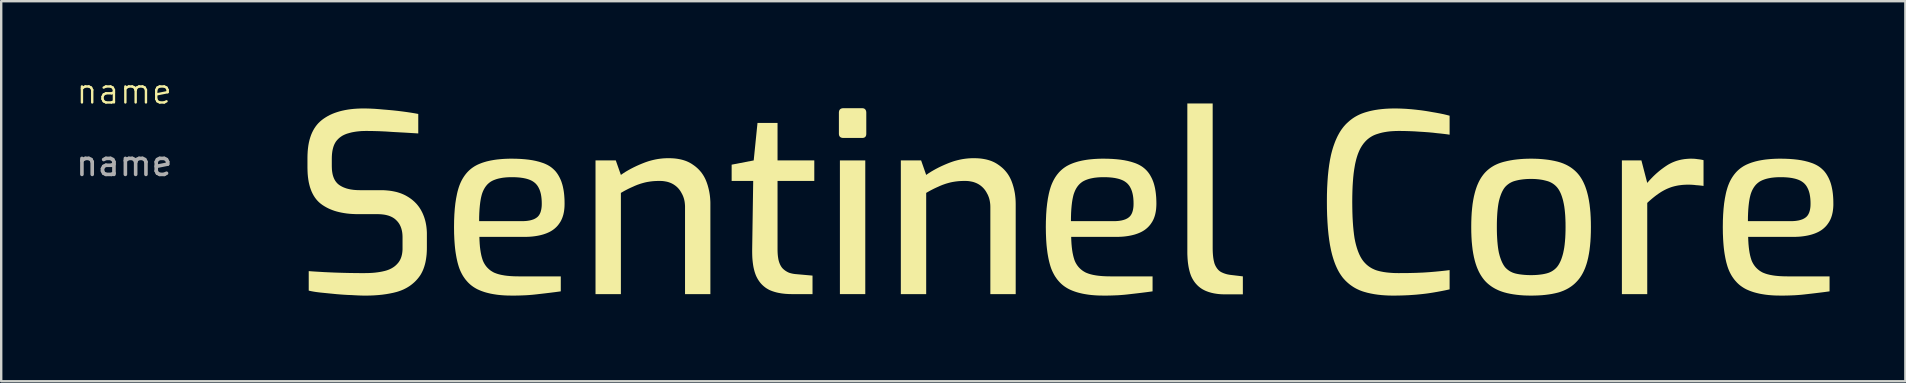
<source format=kicad_pcb>
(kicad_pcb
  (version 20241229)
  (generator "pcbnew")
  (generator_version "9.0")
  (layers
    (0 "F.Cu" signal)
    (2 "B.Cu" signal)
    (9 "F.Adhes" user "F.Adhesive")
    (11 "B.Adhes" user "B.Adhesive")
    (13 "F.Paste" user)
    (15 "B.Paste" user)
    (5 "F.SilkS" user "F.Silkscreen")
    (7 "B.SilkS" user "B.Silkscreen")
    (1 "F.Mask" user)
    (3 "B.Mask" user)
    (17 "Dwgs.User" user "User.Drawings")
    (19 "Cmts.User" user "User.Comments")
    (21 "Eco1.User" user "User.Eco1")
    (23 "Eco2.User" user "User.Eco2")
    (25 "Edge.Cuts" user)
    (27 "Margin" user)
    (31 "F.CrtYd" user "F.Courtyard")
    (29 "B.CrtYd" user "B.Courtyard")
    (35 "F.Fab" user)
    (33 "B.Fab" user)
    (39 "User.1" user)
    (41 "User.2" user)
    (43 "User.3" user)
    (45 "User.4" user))
  (footprint "name"
    (layer "F.Cu")
    (at 2.125 1.26)
    (property "Reference" "name" (at 0 -0.5 0) (unlocked yes) (layer "F.SilkS") (effects (font (size 1 1) (thickness 0.1))))
    (fp_poly (pts (xy 4.161 8.572) (xy 0 8.572) (xy 0 0.056) (xy 4.161 0.056)) (stroke (width -0.000001) (type solid)) (fill yes) (layer "F.Mask"))
    (fp_poly (pts (xy 30.871 7.942) (xy 29.814 7.942) (xy 29.814 2.373) (xy 30.871 2.373)) (stroke (width -0.000001) (type solid)) (fill yes) (layer "F.SilkS"))
    (fp_poly (pts (xy 65.318 2.301) (xy 65.352 2.302) (xy 65.386 2.303) (xy 65.419 2.305) (xy 65.452 2.308) (xy 65.484 2.312) (xy 65.516 2.316) (xy 65.548 2.321) (xy 65.58 2.324) (xy 65.611 2.328) (xy 65.642 2.332) (xy 65.672 2.337) (xy 65.703 2.342) (xy 65.732 2.348) (xy 65.762 2.355) (xy 65.791 2.363) (xy 65.791 3.435) (xy 65.716 3.425) (xy 65.641 3.417) (xy 65.563 3.409) (xy 65.485 3.404) (xy 65.445 3.399) (xy 65.405 3.394) (xy 65.364 3.391) (xy 65.324 3.388) (xy 65.283 3.386) (xy 65.241 3.384) (xy 65.199 3.383) (xy 65.157 3.383) (xy 65.069 3.384) (xy 64.982 3.388) (xy 64.898 3.394) (xy 64.817 3.404) (xy 64.737 3.415) (xy 64.66 3.43) (xy 64.585 3.447) (xy 64.513 3.466) (xy 64.477 3.477) (xy 64.442 3.488) (xy 64.372 3.514) (xy 64.302 3.542) (xy 64.233 3.573) (xy 64.165 3.607) (xy 64.097 3.644) (xy 64.03 3.683) (xy 63.964 3.726) (xy 63.9 3.769) (xy 63.836 3.815) (xy 63.772 3.863) (xy 63.708 3.914) (xy 63.643 3.967) (xy 63.577 4.023) (xy 63.512 4.081) (xy 63.446 4.143) (xy 63.446 7.942) (xy 62.39 7.942) (xy 62.39 2.373) (xy 63.203 2.373) (xy 63.446 3.31) (xy 63.491 3.257) (xy 63.537 3.205) (xy 63.584 3.155) (xy 63.631 3.105) (xy 63.679 3.056) (xy 63.727 3.009) (xy 63.777 2.962) (xy 63.826 2.917) (xy 63.877 2.873) (xy 63.928 2.829) (xy 63.98 2.787) (xy 64.032 2.746) (xy 64.086 2.706) (xy 64.139 2.667) (xy 64.194 2.629) (xy 64.249 2.592) (xy 64.305 2.556) (xy 64.362 2.523) (xy 64.421 2.493) (xy 64.48 2.464) (xy 64.541 2.438) (xy 64.602 2.414) (xy 64.665 2.392) (xy 64.73 2.373) (xy 64.795 2.356) (xy 64.861 2.341) (xy 64.929 2.329) (xy 64.998 2.318) (xy 65.067 2.311) (xy 65.139 2.305) (xy 65.211 2.301) (xy 65.284 2.3)) (stroke (width -0.000001) (type solid)) (fill yes) (layer "F.SilkS"))
    (fp_poly (pts (xy 45.343 6.016) (xy 45.344 6.122) (xy 45.348 6.222) (xy 45.355 6.316) (xy 45.364 6.404) (xy 45.376 6.485) (xy 45.391 6.561) (xy 45.408 6.63) (xy 45.417 6.662) (xy 45.428 6.693) (xy 45.44 6.721) (xy 45.452 6.748) (xy 45.465 6.774) (xy 45.479 6.799) (xy 45.493 6.823) (xy 45.508 6.845) (xy 45.523 6.867) (xy 45.538 6.888) (xy 45.555 6.907) (xy 45.571 6.926) (xy 45.588 6.944) (xy 45.606 6.96) (xy 45.624 6.975) (xy 45.642 6.99) (xy 45.661 7.003) (xy 45.681 7.015) (xy 45.702 7.027) (xy 45.724 7.038) (xy 45.746 7.048) (xy 45.769 7.058) (xy 45.792 7.068) (xy 45.815 7.077) (xy 45.839 7.085) (xy 45.863 7.093) (xy 45.888 7.101) (xy 45.913 7.108) (xy 45.938 7.115) (xy 45.964 7.121) (xy 45.99 7.126) (xy 46.017 7.131) (xy 46.044 7.136) (xy 46.072 7.14) (xy 46.6 7.203) (xy 46.6 7.952) (xy 45.86 7.952) (xy 45.796 7.951) (xy 45.734 7.949) (xy 45.672 7.946) (xy 45.612 7.941) (xy 45.553 7.935) (xy 45.495 7.927) (xy 45.438 7.918) (xy 45.383 7.908) (xy 45.328 7.896) (xy 45.275 7.883) (xy 45.224 7.868) (xy 45.173 7.853) (xy 45.124 7.835) (xy 45.076 7.817) (xy 45.029 7.797) (xy 44.984 7.775) (xy 44.941 7.752) (xy 44.899 7.728) (xy 44.859 7.701) (xy 44.82 7.674) (xy 44.783 7.644) (xy 44.746 7.613) (xy 44.711 7.58) (xy 44.678 7.546) (xy 44.645 7.51) (xy 44.614 7.473) (xy 44.584 7.433) (xy 44.556 7.393) (xy 44.529 7.35) (xy 44.503 7.306) (xy 44.479 7.26) (xy 44.456 7.213) (xy 44.435 7.163) (xy 44.416 7.11) (xy 44.398 7.055) (xy 44.382 6.998) (xy 44.367 6.939) (xy 44.353 6.878) (xy 44.34 6.815) (xy 44.329 6.75) (xy 44.319 6.682) (xy 44.31 6.613) (xy 44.303 6.541) (xy 44.297 6.468) (xy 44.293 6.392) (xy 44.289 6.314) (xy 44.287 6.234) (xy 44.287 6.151) (xy 44.287 0) (xy 45.343 0)) (stroke (width -0.000001) (type solid)) (fill yes) (layer "F.SilkS"))
    (fp_poly (pts (xy 27.216 2.373) (xy 28.747 2.373) (xy 28.747 3.227) (xy 27.216 3.227) (xy 27.216 6.079) (xy 27.217 6.157) (xy 27.22 6.232) (xy 27.225 6.303) (xy 27.232 6.37) (xy 27.241 6.433) (xy 27.251 6.492) (xy 27.264 6.548) (xy 27.279 6.599) (xy 27.287 6.623) (xy 27.296 6.647) (xy 27.305 6.67) (xy 27.314 6.692) (xy 27.324 6.713) (xy 27.334 6.734) (xy 27.345 6.754) (xy 27.356 6.773) (xy 27.367 6.792) (xy 27.379 6.81) (xy 27.391 6.827) (xy 27.404 6.843) (xy 27.417 6.859) (xy 27.43 6.873) (xy 27.444 6.887) (xy 27.459 6.901) (xy 27.473 6.914) (xy 27.488 6.926) (xy 27.503 6.938) (xy 27.518 6.95) (xy 27.533 6.961) (xy 27.549 6.972) (xy 27.564 6.982) (xy 27.58 6.992) (xy 27.596 7.001) (xy 27.612 7.011) (xy 27.628 7.019) (xy 27.645 7.028) (xy 27.661 7.036) (xy 27.678 7.043) (xy 27.695 7.05) (xy 27.712 7.057) (xy 27.746 7.067) (xy 27.78 7.076) (xy 27.814 7.084) (xy 27.847 7.091) (xy 27.88 7.097) (xy 27.912 7.102) (xy 27.944 7.106) (xy 27.976 7.109) (xy 28.673 7.171) (xy 28.673 7.942) (xy 27.818 7.942) (xy 27.747 7.941) (xy 27.678 7.939) (xy 27.611 7.935) (xy 27.545 7.931) (xy 27.48 7.924) (xy 27.417 7.917) (xy 27.355 7.908) (xy 27.295 7.897) (xy 27.236 7.886) (xy 27.179 7.873) (xy 27.123 7.858) (xy 27.069 7.842) (xy 27.016 7.825) (xy 26.965 7.806) (xy 26.915 7.786) (xy 26.867 7.765) (xy 26.822 7.74) (xy 26.778 7.714) (xy 26.735 7.687) (xy 26.694 7.657) (xy 26.655 7.626) (xy 26.617 7.593) (xy 26.58 7.559) (xy 26.545 7.523) (xy 26.511 7.485) (xy 26.479 7.445) (xy 26.449 7.404) (xy 26.42 7.361) (xy 26.392 7.316) (xy 26.366 7.27) (xy 26.341 7.221) (xy 26.318 7.171) (xy 26.298 7.12) (xy 26.279 7.066) (xy 26.261 7.01) (xy 26.245 6.952) (xy 26.23 6.891) (xy 26.216 6.829) (xy 26.204 6.764) (xy 26.194 6.698) (xy 26.185 6.629) (xy 26.177 6.558) (xy 26.17 6.485) (xy 26.165 6.41) (xy 26.162 6.333) (xy 26.16 6.254) (xy 26.159 6.172) (xy 26.159 6.089) (xy 26.202 3.227) (xy 25.304 3.227) (xy 25.304 2.55) (xy 26.223 2.373) (xy 26.381 0.812) (xy 27.216 0.812)) (stroke (width -0.000001) (type solid)) (fill yes) (layer "F.SilkS"))
    (fp_poly (pts (xy 30.754 0.198) (xy 30.765 0.199) (xy 30.774 0.2) (xy 30.784 0.201) (xy 30.793 0.203) (xy 30.801 0.205) (xy 30.81 0.208) (xy 30.818 0.211) (xy 30.826 0.214) (xy 30.833 0.218) (xy 30.84 0.222) (xy 30.847 0.227) (xy 30.853 0.232) (xy 30.86 0.238) (xy 30.865 0.244) (xy 30.871 0.25) (xy 30.876 0.256) (xy 30.881 0.263) (xy 30.885 0.27) (xy 30.889 0.278) (xy 30.893 0.285) (xy 30.896 0.293) (xy 30.9 0.301) (xy 30.902 0.31) (xy 30.905 0.318) (xy 30.907 0.327) (xy 30.909 0.336) (xy 30.91 0.345) (xy 30.911 0.355) (xy 30.912 0.365) (xy 30.913 0.375) (xy 30.913 0.385) (xy 30.913 1.259) (xy 30.912 1.281) (xy 30.911 1.291) (xy 30.91 1.301) (xy 30.909 1.31) (xy 30.907 1.32) (xy 30.905 1.328) (xy 30.902 1.337) (xy 30.9 1.345) (xy 30.896 1.353) (xy 30.893 1.36) (xy 30.889 1.367) (xy 30.885 1.374) (xy 30.881 1.38) (xy 30.876 1.386) (xy 30.871 1.392) (xy 30.865 1.397) (xy 30.86 1.403) (xy 30.853 1.407) (xy 30.847 1.411) (xy 30.84 1.415) (xy 30.833 1.419) (xy 30.826 1.422) (xy 30.818 1.425) (xy 30.81 1.428) (xy 30.801 1.43) (xy 30.793 1.432) (xy 30.784 1.434) (xy 30.774 1.435) (xy 30.765 1.436) (xy 30.754 1.436) (xy 30.744 1.436) (xy 29.962 1.436) (xy 29.939 1.436) (xy 29.918 1.434) (xy 29.908 1.432) (xy 29.898 1.43) (xy 29.888 1.428) (xy 29.879 1.425) (xy 29.87 1.422) (xy 29.862 1.419) (xy 29.854 1.415) (xy 29.847 1.411) (xy 29.839 1.407) (xy 29.832 1.403) (xy 29.826 1.397) (xy 29.82 1.392) (xy 29.814 1.386) (xy 29.809 1.38) (xy 29.804 1.374) (xy 29.799 1.367) (xy 29.795 1.36) (xy 29.791 1.353) (xy 29.787 1.345) (xy 29.784 1.337) (xy 29.781 1.328) (xy 29.779 1.32) (xy 29.777 1.31) (xy 29.775 1.301) (xy 29.774 1.291) (xy 29.773 1.281) (xy 29.772 1.27) (xy 29.772 1.259) (xy 29.772 0.385) (xy 29.772 0.374) (xy 29.773 0.362) (xy 29.774 0.352) (xy 29.775 0.341) (xy 29.777 0.331) (xy 29.779 0.321) (xy 29.781 0.312) (xy 29.784 0.303) (xy 29.787 0.295) (xy 29.791 0.286) (xy 29.795 0.278) (xy 29.799 0.271) (xy 29.804 0.264) (xy 29.809 0.257) (xy 29.814 0.251) (xy 29.82 0.245) (xy 29.826 0.239) (xy 29.832 0.234) (xy 29.839 0.229) (xy 29.847 0.224) (xy 29.854 0.22) (xy 29.862 0.216) (xy 29.87 0.213) (xy 29.879 0.209) (xy 29.888 0.207) (xy 29.898 0.204) (xy 29.908 0.202) (xy 29.918 0.201) (xy 29.928 0.199) (xy 29.939 0.198) (xy 29.951 0.198) (xy 29.962 0.198) (xy 30.744 0.198)) (stroke (width -0.000001) (type solid)) (fill yes) (layer "F.SilkS"))
    (fp_poly (pts (xy 22.754 2.281) (xy 22.83 2.284) (xy 22.904 2.289) (xy 22.976 2.296) (xy 23.047 2.306) (xy 23.115 2.318) (xy 23.181 2.331) (xy 23.246 2.347) (xy 23.308 2.365) (xy 23.369 2.385) (xy 23.427 2.407) (xy 23.484 2.432) (xy 23.538 2.458) (xy 23.59 2.487) (xy 23.641 2.517) (xy 23.689 2.55) (xy 23.737 2.583) (xy 23.784 2.618) (xy 23.828 2.654) (xy 23.871 2.691) (xy 23.912 2.73) (xy 23.951 2.77) (xy 23.989 2.812) (xy 24.025 2.855) (xy 24.059 2.899) (xy 24.091 2.944) (xy 24.122 2.992) (xy 24.151 3.04) (xy 24.178 3.09) (xy 24.204 3.141) (xy 24.227 3.193) (xy 24.249 3.247) (xy 24.27 3.302) (xy 24.289 3.358) (xy 24.307 3.414) (xy 24.323 3.471) (xy 24.338 3.528) (xy 24.352 3.586) (xy 24.365 3.644) (xy 24.376 3.703) (xy 24.386 3.762) (xy 24.395 3.822) (xy 24.402 3.883) (xy 24.408 3.944) (xy 24.412 4.006) (xy 24.416 4.068) (xy 24.418 4.131) (xy 24.418 4.195) (xy 24.418 7.942) (xy 23.362 7.942) (xy 23.362 4.32) (xy 23.362 4.278) (xy 23.36 4.238) (xy 23.357 4.198) (xy 23.353 4.159) (xy 23.349 4.121) (xy 23.343 4.083) (xy 23.336 4.046) (xy 23.328 4.01) (xy 23.319 3.974) (xy 23.308 3.94) (xy 23.297 3.906) (xy 23.285 3.873) (xy 23.271 3.84) (xy 23.257 3.808) (xy 23.241 3.777) (xy 23.225 3.747) (xy 23.208 3.716) (xy 23.191 3.686) (xy 23.173 3.657) (xy 23.155 3.629) (xy 23.135 3.602) (xy 23.115 3.576) (xy 23.094 3.55) (xy 23.072 3.526) (xy 23.049 3.502) (xy 23.025 3.48) (xy 23.001 3.458) (xy 22.975 3.437) (xy 22.949 3.417) (xy 22.922 3.398) (xy 22.894 3.379) (xy 22.866 3.362) (xy 22.836 3.346) (xy 22.806 3.33) (xy 22.775 3.316) (xy 22.743 3.303) (xy 22.71 3.291) (xy 22.676 3.279) (xy 22.642 3.269) (xy 22.607 3.26) (xy 22.571 3.253) (xy 22.534 3.246) (xy 22.496 3.24) (xy 22.458 3.235) (xy 22.418 3.231) (xy 22.378 3.229) (xy 22.337 3.227) (xy 22.295 3.227) (xy 22.217 3.228) (xy 22.139 3.231) (xy 22.063 3.235) (xy 21.989 3.242) (xy 21.916 3.251) (xy 21.844 3.262) (xy 21.773 3.274) (xy 21.704 3.289) (xy 21.638 3.306) (xy 21.573 3.324) (xy 21.509 3.343) (xy 21.445 3.365) (xy 21.382 3.387) (xy 21.319 3.412) (xy 21.258 3.438) (xy 21.197 3.466) (xy 21.136 3.493) (xy 21.074 3.521) (xy 21.011 3.551) (xy 20.948 3.583) (xy 20.885 3.616) (xy 20.82 3.651) (xy 20.755 3.688) (xy 20.69 3.726) (xy 20.69 7.942) (xy 19.633 7.942) (xy 19.633 2.373) (xy 20.478 2.373) (xy 20.69 2.977) (xy 20.787 2.91) (xy 20.888 2.845) (xy 20.994 2.783) (xy 21.104 2.722) (xy 21.219 2.663) (xy 21.337 2.606) (xy 21.46 2.551) (xy 21.588 2.498) (xy 21.654 2.472) (xy 21.72 2.447) (xy 21.787 2.424) (xy 21.854 2.402) (xy 21.921 2.383) (xy 21.988 2.365) (xy 22.056 2.349) (xy 22.124 2.334) (xy 22.192 2.321) (xy 22.26 2.31) (xy 22.329 2.301) (xy 22.398 2.293) (xy 22.467 2.287) (xy 22.536 2.283) (xy 22.606 2.28) (xy 22.675 2.279)) (stroke (width -0.000001) (type solid)) (fill yes) (layer "F.SilkS"))
    (fp_poly (pts (xy 35.472 2.281) (xy 35.549 2.284) (xy 35.623 2.289) (xy 35.695 2.296) (xy 35.765 2.306) (xy 35.834 2.318) (xy 35.9 2.331) (xy 35.964 2.347) (xy 36.027 2.365) (xy 36.087 2.385) (xy 36.146 2.407) (xy 36.202 2.432) (xy 36.257 2.458) (xy 36.309 2.487) (xy 36.36 2.517) (xy 36.408 2.55) (xy 36.456 2.583) (xy 36.502 2.618) (xy 36.547 2.654) (xy 36.59 2.691) (xy 36.631 2.73) (xy 36.67 2.77) (xy 36.708 2.812) (xy 36.743 2.855) (xy 36.778 2.899) (xy 36.81 2.944) (xy 36.841 2.992) (xy 36.87 3.04) (xy 36.897 3.09) (xy 36.922 3.141) (xy 36.946 3.193) (xy 36.968 3.247) (xy 36.988 3.302) (xy 37.008 3.358) (xy 37.025 3.414) (xy 37.042 3.471) (xy 37.057 3.528) (xy 37.071 3.586) (xy 37.083 3.644) (xy 37.095 3.703) (xy 37.105 3.762) (xy 37.113 3.822) (xy 37.12 3.883) (xy 37.126 3.944) (xy 37.131 4.006) (xy 37.134 4.068) (xy 37.136 4.131) (xy 37.137 4.195) (xy 37.137 7.942) (xy 36.081 7.942) (xy 36.081 4.32) (xy 36.08 4.278) (xy 36.079 4.238) (xy 36.076 4.198) (xy 36.072 4.159) (xy 36.067 4.121) (xy 36.061 4.083) (xy 36.054 4.046) (xy 36.046 4.01) (xy 36.037 3.974) (xy 36.027 3.94) (xy 36.016 3.906) (xy 36.003 3.873) (xy 35.99 3.84) (xy 35.976 3.808) (xy 35.96 3.777) (xy 35.943 3.747) (xy 35.927 3.716) (xy 35.91 3.686) (xy 35.892 3.657) (xy 35.873 3.629) (xy 35.854 3.602) (xy 35.833 3.576) (xy 35.812 3.55) (xy 35.79 3.526) (xy 35.767 3.502) (xy 35.744 3.48) (xy 35.719 3.458) (xy 35.694 3.437) (xy 35.668 3.417) (xy 35.641 3.398) (xy 35.613 3.379) (xy 35.584 3.362) (xy 35.555 3.346) (xy 35.524 3.33) (xy 35.493 3.316) (xy 35.461 3.303) (xy 35.429 3.291) (xy 35.395 3.279) (xy 35.361 3.269) (xy 35.325 3.26) (xy 35.289 3.253) (xy 35.252 3.246) (xy 35.215 3.24) (xy 35.176 3.235) (xy 35.137 3.231) (xy 35.097 3.229) (xy 35.056 3.227) (xy 35.014 3.227) (xy 34.935 3.228) (xy 34.858 3.231) (xy 34.782 3.235) (xy 34.708 3.242) (xy 34.634 3.251) (xy 34.562 3.262) (xy 34.492 3.274) (xy 34.422 3.289) (xy 34.357 3.306) (xy 34.292 3.324) (xy 34.227 3.343) (xy 34.164 3.365) (xy 34.101 3.387) (xy 34.038 3.412) (xy 33.976 3.438) (xy 33.915 3.466) (xy 33.854 3.493) (xy 33.793 3.521) (xy 33.73 3.551) (xy 33.667 3.583) (xy 33.603 3.616) (xy 33.539 3.651) (xy 33.474 3.688) (xy 33.408 3.726) (xy 33.408 7.942) (xy 32.352 7.942) (xy 32.352 2.373) (xy 33.197 2.373) (xy 33.408 2.977) (xy 33.505 2.91) (xy 33.607 2.845) (xy 33.713 2.783) (xy 33.823 2.722) (xy 33.937 2.663) (xy 34.056 2.606) (xy 34.179 2.551) (xy 34.306 2.498) (xy 34.372 2.472) (xy 34.439 2.447) (xy 34.505 2.424) (xy 34.572 2.402) (xy 34.639 2.383) (xy 34.707 2.365) (xy 34.774 2.349) (xy 34.842 2.334) (xy 34.91 2.321) (xy 34.979 2.31) (xy 35.047 2.301) (xy 35.116 2.293) (xy 35.185 2.287) (xy 35.255 2.283) (xy 35.324 2.28) (xy 35.394 2.279)) (stroke (width -0.000001) (type solid)) (fill yes) (layer "F.SilkS"))
    (fp_poly (pts (xy 53.008 0.209) (xy 53.107 0.211) (xy 53.206 0.214) (xy 53.307 0.219) (xy 53.407 0.224) (xy 53.509 0.232) (xy 53.611 0.24) (xy 53.713 0.25) (xy 53.818 0.261) (xy 53.922 0.273) (xy 54.024 0.285) (xy 54.125 0.299) (xy 54.225 0.314) (xy 54.323 0.33) (xy 54.42 0.347) (xy 54.516 0.364) (xy 54.612 0.38) (xy 54.706 0.397) (xy 54.797 0.414) (xy 54.886 0.432) (xy 54.972 0.45) (xy 55.055 0.47) (xy 55.135 0.49) (xy 55.213 0.51) (xy 55.213 1.301) (xy 55.163 1.293) (xy 55.109 1.285) (xy 54.989 1.27) (xy 54.851 1.254) (xy 54.696 1.239) (xy 54.612 1.229) (xy 54.527 1.219) (xy 54.347 1.202) (xy 54.157 1.188) (xy 53.956 1.176) (xy 53.748 1.162) (xy 53.536 1.153) (xy 53.32 1.147) (xy 53.101 1.145) (xy 52.971 1.147) (xy 52.846 1.153) (xy 52.727 1.162) (xy 52.612 1.176) (xy 52.502 1.194) (xy 52.397 1.215) (xy 52.298 1.241) (xy 52.203 1.27) (xy 52.157 1.285) (xy 52.112 1.302) (xy 52.069 1.32) (xy 52.026 1.34) (xy 51.985 1.362) (xy 51.945 1.385) (xy 51.906 1.41) (xy 51.867 1.436) (xy 51.83 1.465) (xy 51.794 1.494) (xy 51.759 1.526) (xy 51.725 1.559) (xy 51.693 1.593) (xy 51.661 1.63) (xy 51.63 1.667) (xy 51.601 1.707) (xy 51.572 1.747) (xy 51.545 1.789) (xy 51.518 1.834) (xy 51.492 1.88) (xy 51.468 1.929) (xy 51.444 1.979) (xy 51.422 2.032) (xy 51.4 2.087) (xy 51.379 2.144) (xy 51.36 2.203) (xy 51.341 2.264) (xy 51.323 2.328) (xy 51.307 2.393) (xy 51.291 2.461) (xy 51.276 2.53) (xy 51.263 2.602) (xy 51.238 2.751) (xy 51.216 2.91) (xy 51.198 3.08) (xy 51.184 3.26) (xy 51.172 3.452) (xy 51.164 3.654) (xy 51.159 3.867) (xy 51.157 4.091) (xy 51.159 4.317) (xy 51.163 4.533) (xy 51.17 4.738) (xy 51.181 4.934) (xy 51.194 5.118) (xy 51.211 5.293) (xy 51.23 5.457) (xy 51.252 5.61) (xy 51.28 5.752) (xy 51.312 5.885) (xy 51.33 5.949) (xy 51.348 6.011) (xy 51.367 6.07) (xy 51.387 6.128) (xy 51.408 6.184) (xy 51.43 6.237) (xy 51.452 6.289) (xy 51.476 6.338) (xy 51.5 6.386) (xy 51.526 6.431) (xy 51.552 6.474) (xy 51.58 6.516) (xy 51.608 6.554) (xy 51.637 6.591) (xy 51.668 6.626) (xy 51.7 6.66) (xy 51.733 6.693) (xy 51.767 6.724) (xy 51.802 6.753) (xy 51.838 6.781) (xy 51.876 6.808) (xy 51.915 6.833) (xy 51.954 6.857) (xy 51.995 6.879) (xy 52.038 6.899) (xy 52.081 6.919) (xy 52.125 6.937) (xy 52.171 6.953) (xy 52.218 6.967) (xy 52.266 6.98) (xy 52.316 6.992) (xy 52.367 7.003) (xy 52.42 7.013) (xy 52.474 7.023) (xy 52.586 7.039) (xy 52.703 7.051) (xy 52.827 7.06) (xy 52.955 7.066) (xy 53.09 7.067) (xy 53.468 7.065) (xy 53.811 7.057) (xy 54.118 7.044) (xy 54.389 7.026) (xy 54.631 7.005) (xy 54.849 6.984) (xy 55.043 6.963) (xy 55.213 6.942) (xy 55.213 7.744) (xy 55.051 7.78) (xy 54.88 7.814) (xy 54.702 7.847) (xy 54.516 7.879) (xy 54.42 7.894) (xy 54.323 7.909) (xy 54.225 7.922) (xy 54.125 7.934) (xy 54.024 7.945) (xy 53.922 7.955) (xy 53.818 7.965) (xy 53.713 7.973) (xy 53.506 7.987) (xy 53.296 7.996) (xy 53.083 8.002) (xy 52.868 8.004) (xy 52.697 8.002) (xy 52.531 7.994) (xy 52.371 7.982) (xy 52.216 7.965) (xy 52.067 7.943) (xy 51.924 7.916) (xy 51.786 7.885) (xy 51.654 7.848) (xy 51.59 7.828) (xy 51.527 7.805) (xy 51.465 7.781) (xy 51.405 7.754) (xy 51.346 7.726) (xy 51.289 7.696) (xy 51.233 7.664) (xy 51.178 7.629) (xy 51.125 7.593) (xy 51.072 7.555) (xy 51.022 7.515) (xy 50.972 7.473) (xy 50.924 7.429) (xy 50.877 7.384) (xy 50.832 7.336) (xy 50.787 7.286) (xy 50.744 7.233) (xy 50.703 7.176) (xy 50.663 7.117) (xy 50.624 7.056) (xy 50.587 6.991) (xy 50.551 6.924) (xy 50.517 6.854) (xy 50.484 6.781) (xy 50.452 6.706) (xy 50.422 6.627) (xy 50.393 6.546) (xy 50.366 6.462) (xy 50.34 6.376) (xy 50.315 6.286) (xy 50.292 6.194) (xy 50.27 6.099) (xy 50.23 5.897) (xy 50.196 5.68) (xy 50.167 5.45) (xy 50.143 5.204) (xy 50.125 4.945) (xy 50.111 4.671) (xy 50.103 4.383) (xy 50.101 4.08) (xy 50.103 3.795) (xy 50.111 3.523) (xy 50.125 3.263) (xy 50.143 3.016) (xy 50.167 2.782) (xy 50.196 2.56) (xy 50.23 2.351) (xy 50.27 2.155) (xy 50.293 2.061) (xy 50.317 1.97) (xy 50.343 1.881) (xy 50.37 1.795) (xy 50.399 1.712) (xy 50.428 1.632) (xy 50.459 1.553) (xy 50.492 1.478) (xy 50.525 1.405) (xy 50.56 1.335) (xy 50.597 1.267) (xy 50.634 1.202) (xy 50.673 1.14) (xy 50.713 1.08) (xy 50.755 1.023) (xy 50.798 0.968) (xy 50.844 0.916) (xy 50.89 0.865) (xy 50.939 0.817) (xy 50.988 0.771) (xy 51.039 0.727) (xy 51.091 0.685) (xy 51.145 0.644) (xy 51.199 0.606) (xy 51.255 0.57) (xy 51.313 0.536) (xy 51.372 0.504) (xy 51.432 0.474) (xy 51.493 0.446) (xy 51.556 0.42) (xy 51.62 0.397) (xy 51.685 0.375) (xy 51.752 0.355) (xy 51.82 0.336) (xy 51.889 0.318) (xy 51.96 0.302) (xy 52.032 0.287) (xy 52.105 0.273) (xy 52.256 0.25) (xy 52.411 0.232) (xy 52.572 0.219) (xy 52.739 0.211) (xy 52.91 0.208)) (stroke (width -0.000001) (type solid)) (fill yes) (layer "F.SilkS"))
    (fp_poly (pts (xy 10.061 0.209) (xy 10.156 0.211) (xy 10.252 0.214) (xy 10.351 0.219) (xy 10.45 0.224) (xy 10.552 0.232) (xy 10.655 0.24) (xy 10.76 0.25) (xy 10.97 0.267) (xy 11.177 0.286) (xy 11.382 0.308) (xy 11.584 0.333) (xy 11.776 0.359) (xy 11.951 0.385) (xy 12.109 0.411) (xy 12.249 0.437) (xy 12.249 1.249) (xy 11.745 1.218) (xy 11.182 1.187) (xy 10.896 1.168) (xy 10.617 1.155) (xy 10.347 1.148) (xy 10.084 1.145) (xy 9.975 1.147) (xy 9.869 1.151) (xy 9.768 1.16) (xy 9.669 1.171) (xy 9.575 1.186) (xy 9.484 1.203) (xy 9.397 1.225) (xy 9.313 1.249) (xy 9.274 1.261) (xy 9.236 1.275) (xy 9.199 1.29) (xy 9.163 1.306) (xy 9.128 1.323) (xy 9.094 1.341) (xy 9.062 1.361) (xy 9.03 1.382) (xy 9 1.404) (xy 8.97 1.427) (xy 8.942 1.452) (xy 8.915 1.477) (xy 8.889 1.504) (xy 8.863 1.532) (xy 8.839 1.562) (xy 8.816 1.592) (xy 8.796 1.625) (xy 8.777 1.658) (xy 8.759 1.693) (xy 8.742 1.73) (xy 8.727 1.769) (xy 8.713 1.809) (xy 8.701 1.851) (xy 8.69 1.894) (xy 8.68 1.939) (xy 8.671 1.986) (xy 8.664 2.034) (xy 8.658 2.084) (xy 8.653 2.136) (xy 8.65 2.189) (xy 8.648 2.244) (xy 8.647 2.3) (xy 8.647 2.613) (xy 8.649 2.681) (xy 8.652 2.748) (xy 8.658 2.811) (xy 8.667 2.872) (xy 8.677 2.93) (xy 8.69 2.986) (xy 8.706 3.039) (xy 8.724 3.089) (xy 8.744 3.136) (xy 8.767 3.181) (xy 8.792 3.223) (xy 8.82 3.262) (xy 8.85 3.299) (xy 8.882 3.333) (xy 8.917 3.365) (xy 8.954 3.393) (xy 8.993 3.42) (xy 9.034 3.444) (xy 9.077 3.467) (xy 9.122 3.489) (xy 9.169 3.508) (xy 9.218 3.526) (xy 9.268 3.543) (xy 9.321 3.557) (xy 9.375 3.57) (xy 9.431 3.581) (xy 9.49 3.59) (xy 9.55 3.598) (xy 9.612 3.604) (xy 9.676 3.608) (xy 9.742 3.611) (xy 9.809 3.612) (xy 10.665 3.612) (xy 10.747 3.613) (xy 10.827 3.615) (xy 10.906 3.62) (xy 10.982 3.627) (xy 11.057 3.635) (xy 11.13 3.645) (xy 11.201 3.658) (xy 11.27 3.672) (xy 11.337 3.687) (xy 11.402 3.705) (xy 11.465 3.725) (xy 11.526 3.746) (xy 11.586 3.77) (xy 11.643 3.795) (xy 11.699 3.822) (xy 11.753 3.851) (xy 11.806 3.882) (xy 11.858 3.914) (xy 11.907 3.947) (xy 11.956 3.982) (xy 12.002 4.018) (xy 12.046 4.056) (xy 12.089 4.094) (xy 12.13 4.135) (xy 12.17 4.176) (xy 12.208 4.22) (xy 12.243 4.264) (xy 12.278 4.31) (xy 12.31 4.357) (xy 12.341 4.406) (xy 12.37 4.456) (xy 12.397 4.507) (xy 12.423 4.559) (xy 12.447 4.613) (xy 12.469 4.667) (xy 12.49 4.722) (xy 12.509 4.778) (xy 12.526 4.835) (xy 12.542 4.893) (xy 12.556 4.952) (xy 12.568 5.011) (xy 12.579 5.072) (xy 12.588 5.133) (xy 12.595 5.196) (xy 12.601 5.259) (xy 12.605 5.323) (xy 12.608 5.388) (xy 12.608 5.454) (xy 12.608 5.995) (xy 12.607 6.095) (xy 12.603 6.192) (xy 12.597 6.287) (xy 12.587 6.378) (xy 12.575 6.466) (xy 12.561 6.551) (xy 12.544 6.634) (xy 12.524 6.713) (xy 12.501 6.79) (xy 12.476 6.864) (xy 12.449 6.934) (xy 12.418 7.002) (xy 12.385 7.067) (xy 12.35 7.129) (xy 12.311 7.188) (xy 12.27 7.244) (xy 12.227 7.298) (xy 12.182 7.349) (xy 12.135 7.399) (xy 12.087 7.446) (xy 12.036 7.491) (xy 11.984 7.534) (xy 11.93 7.575) (xy 11.874 7.614) (xy 11.817 7.65) (xy 11.757 7.685) (xy 11.696 7.717) (xy 11.633 7.748) (xy 11.568 7.776) (xy 11.501 7.802) (xy 11.432 7.826) (xy 11.362 7.848) (xy 11.217 7.885) (xy 11.067 7.916) (xy 10.912 7.943) (xy 10.752 7.965) (xy 10.587 7.982) (xy 10.417 7.994) (xy 10.243 8.002) (xy 10.063 8.004) (xy 9.931 8.003) (xy 9.791 7.999) (xy 9.641 7.992) (xy 9.482 7.983) (xy 9.322 7.977) (xy 9.16 7.968) (xy 8.995 7.956) (xy 8.827 7.942) (xy 8.505 7.91) (xy 8.193 7.879) (xy 8.121 7.871) (xy 8.051 7.862) (xy 7.983 7.853) (xy 7.919 7.843) (xy 7.856 7.832) (xy 7.797 7.821) (xy 7.74 7.809) (xy 7.686 7.796) (xy 7.686 6.984) (xy 7.83 6.995) (xy 7.987 7.005) (xy 8.341 7.026) (xy 8.539 7.035) (xy 8.742 7.044) (xy 8.951 7.051) (xy 9.165 7.057) (xy 9.385 7.062) (xy 9.601 7.065) (xy 9.813 7.067) (xy 10.021 7.067) (xy 10.132 7.066) (xy 10.241 7.062) (xy 10.346 7.056) (xy 10.448 7.047) (xy 10.547 7.035) (xy 10.642 7.021) (xy 10.735 7.004) (xy 10.823 6.984) (xy 10.868 6.973) (xy 10.911 6.961) (xy 10.952 6.948) (xy 10.993 6.933) (xy 11.032 6.918) (xy 11.07 6.901) (xy 11.107 6.883) (xy 11.143 6.864) (xy 11.177 6.844) (xy 11.21 6.823) (xy 11.242 6.801) (xy 11.273 6.777) (xy 11.302 6.753) (xy 11.33 6.727) (xy 11.357 6.7) (xy 11.383 6.672) (xy 11.409 6.642) (xy 11.433 6.612) (xy 11.455 6.579) (xy 11.476 6.546) (xy 11.495 6.51) (xy 11.512 6.474) (xy 11.528 6.436) (xy 11.542 6.396) (xy 11.554 6.355) (xy 11.565 6.312) (xy 11.574 6.268) (xy 11.581 6.223) (xy 11.587 6.176) (xy 11.591 6.128) (xy 11.594 6.078) (xy 11.594 6.027) (xy 11.594 5.579) (xy 11.593 5.521) (xy 11.59 5.465) (xy 11.585 5.411) (xy 11.578 5.358) (xy 11.569 5.308) (xy 11.557 5.258) (xy 11.544 5.211) (xy 11.528 5.165) (xy 11.511 5.121) (xy 11.491 5.079) (xy 11.47 5.038) (xy 11.446 4.999) (xy 11.42 4.962) (xy 11.392 4.927) (xy 11.362 4.893) (xy 11.33 4.861) (xy 11.298 4.831) (xy 11.263 4.802) (xy 11.226 4.776) (xy 11.186 4.751) (xy 11.145 4.729) (xy 11.102 4.709) (xy 11.056 4.69) (xy 11.008 4.673) (xy 10.958 4.659) (xy 10.906 4.646) (xy 10.852 4.635) (xy 10.796 4.627) (xy 10.737 4.62) (xy 10.676 4.615) (xy 10.614 4.612) (xy 10.549 4.611) (xy 9.756 4.611) (xy 9.631 4.609) (xy 9.51 4.604) (xy 9.392 4.596) (xy 9.278 4.584) (xy 9.167 4.568) (xy 9.06 4.549) (xy 8.956 4.527) (xy 8.856 4.502) (xy 8.759 4.473) (xy 8.666 4.44) (xy 8.577 4.404) (xy 8.491 4.365) (xy 8.409 4.322) (xy 8.33 4.276) (xy 8.254 4.227) (xy 8.183 4.174) (xy 8.149 4.146) (xy 8.116 4.117) (xy 8.084 4.086) (xy 8.054 4.055) (xy 8.024 4.022) (xy 7.996 3.988) (xy 7.969 3.953) (xy 7.942 3.916) (xy 7.893 3.84) (xy 7.848 3.758) (xy 7.807 3.672) (xy 7.771 3.581) (xy 7.738 3.484) (xy 7.711 3.383) (xy 7.687 3.278) (xy 7.668 3.167) (xy 7.653 3.051) (xy 7.642 2.931) (xy 7.636 2.805) (xy 7.633 2.675) (xy 7.633 2.259) (xy 7.636 2.123) (xy 7.643 1.993) (xy 7.655 1.867) (xy 7.671 1.747) (xy 7.692 1.631) (xy 7.718 1.52) (xy 7.749 1.415) (xy 7.784 1.314) (xy 7.824 1.218) (xy 7.869 1.128) (xy 7.918 1.042) (xy 7.972 0.961) (xy 8.031 0.885) (xy 8.094 0.814) (xy 8.163 0.748) (xy 8.235 0.687) (xy 8.314 0.629) (xy 8.397 0.575) (xy 8.483 0.524) (xy 8.573 0.477) (xy 8.668 0.434) (xy 8.766 0.395) (xy 8.869 0.36) (xy 8.975 0.328) (xy 9.085 0.3) (xy 9.199 0.276) (xy 9.317 0.255) (xy 9.44 0.238) (xy 9.566 0.225) (xy 9.696 0.216) (xy 9.83 0.21) (xy 9.968 0.208)) (stroke (width -0.000001) (type solid)) (fill yes) (layer "F.SilkS"))
    (fp_poly (pts (xy 16.338 2.303) (xy 16.519 2.311) (xy 16.69 2.324) (xy 16.852 2.342) (xy 17.005 2.365) (xy 17.147 2.394) (xy 17.281 2.428) (xy 17.344 2.447) (xy 17.404 2.467) (xy 17.464 2.487) (xy 17.522 2.51) (xy 17.577 2.535) (xy 17.631 2.561) (xy 17.682 2.59) (xy 17.732 2.62) (xy 17.779 2.653) (xy 17.824 2.688) (xy 17.867 2.725) (xy 17.908 2.764) (xy 17.948 2.804) (xy 17.985 2.847) (xy 18.019 2.892) (xy 18.052 2.939) (xy 18.083 2.988) (xy 18.112 3.039) (xy 18.14 3.091) (xy 18.166 3.146) (xy 18.191 3.203) (xy 18.214 3.262) (xy 18.234 3.324) (xy 18.254 3.389) (xy 18.271 3.456) (xy 18.286 3.526) (xy 18.3 3.598) (xy 18.312 3.673) (xy 18.322 3.75) (xy 18.33 3.83) (xy 18.336 3.912) (xy 18.341 3.997) (xy 18.343 4.084) (xy 18.344 4.174) (xy 18.343 4.237) (xy 18.341 4.298) (xy 18.337 4.358) (xy 18.331 4.416) (xy 18.324 4.472) (xy 18.315 4.527) (xy 18.304 4.58) (xy 18.292 4.632) (xy 18.277 4.682) (xy 18.262 4.73) (xy 18.244 4.777) (xy 18.225 4.822) (xy 18.205 4.865) (xy 18.183 4.907) (xy 18.159 4.947) (xy 18.133 4.986) (xy 18.107 5.023) (xy 18.08 5.059) (xy 18.052 5.093) (xy 18.022 5.126) (xy 17.99 5.158) (xy 17.957 5.189) (xy 17.923 5.218) (xy 17.887 5.246) (xy 17.85 5.273) (xy 17.812 5.298) (xy 17.772 5.322) (xy 17.731 5.345) (xy 17.688 5.366) (xy 17.644 5.386) (xy 17.599 5.405) (xy 17.552 5.423) (xy 17.505 5.439) (xy 17.457 5.455) (xy 17.408 5.469) (xy 17.358 5.482) (xy 17.307 5.494) (xy 17.254 5.505) (xy 17.2 5.515) (xy 17.145 5.524) (xy 17.089 5.532) (xy 17.032 5.539) (xy 16.974 5.545) (xy 16.914 5.55) (xy 16.854 5.553) (xy 16.792 5.556) (xy 16.665 5.558) (xy 14.795 5.558) (xy 14.8 5.705) (xy 14.808 5.845) (xy 14.819 5.977) (xy 14.835 6.102) (xy 14.854 6.219) (xy 14.876 6.329) (xy 14.903 6.431) (xy 14.933 6.526) (xy 14.951 6.57) (xy 14.97 6.612) (xy 14.991 6.652) (xy 15.014 6.691) (xy 15.038 6.729) (xy 15.064 6.765) (xy 15.091 6.8) (xy 15.12 6.833) (xy 15.151 6.865) (xy 15.183 6.895) (xy 15.216 6.924) (xy 15.251 6.952) (xy 15.288 6.978) (xy 15.327 7.002) (xy 15.366 7.025) (xy 15.408 7.047) (xy 15.453 7.065) (xy 15.5 7.083) (xy 15.55 7.1) (xy 15.602 7.115) (xy 15.657 7.129) (xy 15.714 7.142) (xy 15.774 7.153) (xy 15.836 7.164) (xy 15.9 7.173) (xy 15.967 7.181) (xy 16.037 7.187) (xy 16.109 7.193) (xy 16.183 7.197) (xy 16.26 7.2) (xy 16.34 7.202) (xy 16.422 7.203) (xy 18.186 7.203) (xy 18.186 7.827) (xy 17.957 7.858) (xy 17.726 7.887) (xy 17.493 7.915) (xy 17.256 7.942) (xy 17.135 7.956) (xy 17.009 7.969) (xy 16.879 7.98) (xy 16.744 7.989) (xy 16.604 7.995) (xy 16.46 8) (xy 16.311 8.003) (xy 16.158 8.004) (xy 15.939 8) (xy 15.834 7.995) (xy 15.731 7.988) (xy 15.632 7.979) (xy 15.535 7.968) (xy 15.441 7.954) (xy 15.35 7.939) (xy 15.261 7.922) (xy 15.176 7.902) (xy 15.093 7.881) (xy 15.013 7.858) (xy 14.936 7.832) (xy 14.862 7.805) (xy 14.79 7.775) (xy 14.721 7.744) (xy 14.656 7.71) (xy 14.594 7.673) (xy 14.534 7.634) (xy 14.476 7.592) (xy 14.42 7.547) (xy 14.367 7.499) (xy 14.316 7.448) (xy 14.267 7.395) (xy 14.221 7.339) (xy 14.177 7.28) (xy 14.135 7.219) (xy 14.095 7.155) (xy 14.058 7.087) (xy 14.023 7.018) (xy 13.991 6.945) (xy 13.961 6.87) (xy 13.934 6.79) (xy 13.909 6.706) (xy 13.885 6.619) (xy 13.864 6.528) (xy 13.844 6.434) (xy 13.826 6.335) (xy 13.809 6.234) (xy 13.794 6.128) (xy 13.781 6.019) (xy 13.77 5.906) (xy 13.761 5.79) (xy 13.753 5.669) (xy 13.742 5.418) (xy 13.739 5.152) (xy 13.742 4.902) (xy 14.785 4.902) (xy 16.57 4.902) (xy 16.622 4.902) (xy 16.672 4.9) (xy 16.72 4.897) (xy 16.767 4.893) (xy 16.812 4.887) (xy 16.855 4.88) (xy 16.897 4.873) (xy 16.937 4.863) (xy 16.975 4.853) (xy 17.011 4.841) (xy 17.046 4.829) (xy 17.079 4.815) (xy 17.11 4.799) (xy 17.139 4.783) (xy 17.167 4.765) (xy 17.193 4.746) (xy 17.205 4.736) (xy 17.217 4.726) (xy 17.229 4.715) (xy 17.24 4.703) (xy 17.251 4.691) (xy 17.261 4.679) (xy 17.271 4.666) (xy 17.281 4.652) (xy 17.29 4.638) (xy 17.299 4.623) (xy 17.315 4.593) (xy 17.33 4.56) (xy 17.344 4.525) (xy 17.355 4.488) (xy 17.365 4.449) (xy 17.374 4.409) (xy 17.381 4.366) (xy 17.387 4.321) (xy 17.391 4.274) (xy 17.393 4.225) (xy 17.394 4.174) (xy 17.393 4.122) (xy 17.392 4.072) (xy 17.389 4.024) (xy 17.386 3.977) (xy 17.381 3.931) (xy 17.376 3.886) (xy 17.369 3.843) (xy 17.362 3.802) (xy 17.354 3.761) (xy 17.344 3.723) (xy 17.334 3.685) (xy 17.322 3.649) (xy 17.31 3.614) (xy 17.297 3.581) (xy 17.282 3.549) (xy 17.267 3.518) (xy 17.252 3.489) (xy 17.235 3.46) (xy 17.218 3.433) (xy 17.199 3.407) (xy 17.179 3.382) (xy 17.157 3.358) (xy 17.135 3.334) (xy 17.111 3.312) (xy 17.086 3.292) (xy 17.06 3.272) (xy 17.032 3.253) (xy 17.004 3.235) (xy 16.974 3.218) (xy 16.942 3.203) (xy 16.91 3.188) (xy 16.876 3.175) (xy 16.841 3.162) (xy 16.805 3.15) (xy 16.767 3.139) (xy 16.728 3.129) (xy 16.687 3.12) (xy 16.645 3.111) (xy 16.601 3.103) (xy 16.557 3.097) (xy 16.51 3.09) (xy 16.463 3.085) (xy 16.414 3.081) (xy 16.363 3.077) (xy 16.311 3.074) (xy 16.258 3.072) (xy 16.147 3.071) (xy 16.083 3.071) (xy 16.021 3.073) (xy 15.961 3.076) (xy 15.902 3.08) (xy 15.844 3.086) (xy 15.789 3.092) (xy 15.735 3.1) (xy 15.683 3.11) (xy 15.632 3.12) (xy 15.583 3.131) (xy 15.535 3.144) (xy 15.49 3.158) (xy 15.446 3.174) (xy 15.403 3.19) (xy 15.362 3.208) (xy 15.323 3.227) (xy 15.287 3.247) (xy 15.252 3.269) (xy 15.218 3.294) (xy 15.186 3.32) (xy 15.155 3.348) (xy 15.125 3.377) (xy 15.097 3.409) (xy 15.07 3.443) (xy 15.044 3.478) (xy 15.02 3.515) (xy 14.997 3.554) (xy 14.975 3.595) (xy 14.954 3.638) (xy 14.935 3.683) (xy 14.917 3.73) (xy 14.901 3.778) (xy 14.887 3.829) (xy 14.874 3.882) (xy 14.861 3.938) (xy 14.85 3.997) (xy 14.84 4.058) (xy 14.83 4.122) (xy 14.814 4.257) (xy 14.801 4.403) (xy 14.792 4.559) (xy 14.786 4.725) (xy 14.785 4.902) (xy 13.742 4.902) (xy 13.742 4.882) (xy 13.753 4.627) (xy 13.77 4.387) (xy 13.794 4.163) (xy 13.826 3.955) (xy 13.864 3.763) (xy 13.885 3.672) (xy 13.909 3.586) (xy 13.934 3.503) (xy 13.961 3.424) (xy 13.991 3.348) (xy 14.023 3.274) (xy 14.058 3.203) (xy 14.095 3.136) (xy 14.135 3.071) (xy 14.177 3.009) (xy 14.221 2.95) (xy 14.267 2.894) (xy 14.316 2.84) (xy 14.367 2.79) (xy 14.42 2.743) (xy 14.476 2.698) (xy 14.534 2.657) (xy 14.594 2.618) (xy 14.656 2.583) (xy 14.721 2.55) (xy 14.789 2.52) (xy 14.859 2.492) (xy 14.932 2.465) (xy 15.008 2.441) (xy 15.087 2.418) (xy 15.169 2.398) (xy 15.254 2.379) (xy 15.342 2.363) (xy 15.432 2.348) (xy 15.526 2.335) (xy 15.622 2.325) (xy 15.721 2.316) (xy 15.824 2.309) (xy 15.929 2.304) (xy 16.036 2.301) (xy 16.147 2.3)) (stroke (width -0.000001) (type solid)) (fill yes) (layer "F.SilkS"))
    (fp_poly (pts (xy 40.991 2.303) (xy 41.172 2.311) (xy 41.344 2.324) (xy 41.506 2.342) (xy 41.658 2.365) (xy 41.801 2.394) (xy 41.934 2.428) (xy 41.997 2.447) (xy 42.058 2.467) (xy 42.117 2.487) (xy 42.175 2.51) (xy 42.231 2.535) (xy 42.284 2.561) (xy 42.335 2.59) (xy 42.385 2.62) (xy 42.432 2.653) (xy 42.477 2.688) (xy 42.521 2.725) (xy 42.562 2.764) (xy 42.601 2.804) (xy 42.638 2.847) (xy 42.673 2.892) (xy 42.706 2.939) (xy 42.737 2.988) (xy 42.765 3.039) (xy 42.793 3.091) (xy 42.82 3.146) (xy 42.844 3.203) (xy 42.867 3.262) (xy 42.888 3.324) (xy 42.907 3.389) (xy 42.924 3.456) (xy 42.94 3.526) (xy 42.953 3.598) (xy 42.965 3.673) (xy 42.975 3.75) (xy 42.983 3.83) (xy 42.99 3.912) (xy 42.994 3.997) (xy 42.997 4.084) (xy 42.998 4.174) (xy 42.997 4.237) (xy 42.994 4.298) (xy 42.99 4.358) (xy 42.985 4.416) (xy 42.977 4.472) (xy 42.968 4.527) (xy 42.957 4.58) (xy 42.945 4.632) (xy 42.931 4.682) (xy 42.915 4.73) (xy 42.898 4.777) (xy 42.879 4.822) (xy 42.858 4.865) (xy 42.836 4.907) (xy 42.812 4.947) (xy 42.786 4.986) (xy 42.761 5.023) (xy 42.733 5.059) (xy 42.705 5.093) (xy 42.675 5.126) (xy 42.643 5.158) (xy 42.611 5.189) (xy 42.576 5.218) (xy 42.541 5.246) (xy 42.504 5.273) (xy 42.465 5.298) (xy 42.426 5.322) (xy 42.384 5.345) (xy 42.342 5.366) (xy 42.298 5.386) (xy 42.252 5.405) (xy 42.206 5.423) (xy 42.159 5.439) (xy 42.111 5.455) (xy 42.062 5.469) (xy 42.011 5.482) (xy 41.96 5.494) (xy 41.907 5.505) (xy 41.854 5.515) (xy 41.799 5.524) (xy 41.743 5.532) (xy 41.686 5.539) (xy 41.627 5.545) (xy 41.568 5.55) (xy 41.507 5.553) (xy 41.445 5.556) (xy 41.318 5.558) (xy 39.448 5.558) (xy 39.453 5.705) (xy 39.461 5.845) (xy 39.473 5.977) (xy 39.488 6.102) (xy 39.507 6.219) (xy 39.53 6.329) (xy 39.556 6.431) (xy 39.586 6.526) (xy 39.604 6.57) (xy 39.623 6.612) (xy 39.644 6.652) (xy 39.667 6.691) (xy 39.691 6.729) (xy 39.717 6.765) (xy 39.744 6.8) (xy 39.773 6.833) (xy 39.804 6.865) (xy 39.836 6.895) (xy 39.87 6.924) (xy 39.905 6.952) (xy 39.942 6.978) (xy 39.98 7.002) (xy 40.02 7.025) (xy 40.061 7.047) (xy 40.106 7.065) (xy 40.153 7.083) (xy 40.203 7.1) (xy 40.255 7.115) (xy 40.31 7.129) (xy 40.367 7.142) (xy 40.427 7.153) (xy 40.489 7.164) (xy 40.554 7.173) (xy 40.621 7.181) (xy 40.69 7.187) (xy 40.762 7.193) (xy 40.837 7.197) (xy 40.914 7.2) (xy 40.993 7.202) (xy 41.075 7.203) (xy 42.839 7.203) (xy 42.839 7.827) (xy 42.611 7.858) (xy 42.38 7.887) (xy 42.146 7.915) (xy 41.91 7.942) (xy 41.789 7.956) (xy 41.663 7.969) (xy 41.532 7.98) (xy 41.397 7.989) (xy 41.258 7.995) (xy 41.113 8) (xy 40.965 8.003) (xy 40.811 8.004) (xy 40.592 8) (xy 40.487 7.995) (xy 40.385 7.988) (xy 40.285 7.979) (xy 40.188 7.968) (xy 40.094 7.954) (xy 40.003 7.939) (xy 39.915 7.922) (xy 39.829 7.902) (xy 39.746 7.881) (xy 39.666 7.858) (xy 39.589 7.832) (xy 39.515 7.805) (xy 39.443 7.775) (xy 39.375 7.744) (xy 39.31 7.71) (xy 39.247 7.673) (xy 39.187 7.634) (xy 39.129 7.592) (xy 39.073 7.547) (xy 39.02 7.499) (xy 38.969 7.448) (xy 38.92 7.395) (xy 38.874 7.339) (xy 38.83 7.28) (xy 38.788 7.219) (xy 38.749 7.155) (xy 38.712 7.087) (xy 38.677 7.018) (xy 38.644 6.945) (xy 38.614 6.87) (xy 38.587 6.79) (xy 38.562 6.706) (xy 38.539 6.619) (xy 38.517 6.528) (xy 38.497 6.434) (xy 38.479 6.335) (xy 38.462 6.234) (xy 38.448 6.128) (xy 38.435 6.019) (xy 38.423 5.906) (xy 38.414 5.79) (xy 38.406 5.669) (xy 38.396 5.418) (xy 38.392 5.152) (xy 38.395 4.902) (xy 39.438 4.902) (xy 41.223 4.902) (xy 41.275 4.902) (xy 41.325 4.9) (xy 41.374 4.897) (xy 41.42 4.893) (xy 41.465 4.887) (xy 41.509 4.88) (xy 41.55 4.873) (xy 41.59 4.863) (xy 41.628 4.853) (xy 41.665 4.841) (xy 41.699 4.829) (xy 41.732 4.815) (xy 41.763 4.799) (xy 41.793 4.783) (xy 41.82 4.765) (xy 41.846 4.746) (xy 41.859 4.736) (xy 41.87 4.726) (xy 41.882 4.715) (xy 41.893 4.703) (xy 41.904 4.691) (xy 41.914 4.679) (xy 41.924 4.666) (xy 41.934 4.652) (xy 41.943 4.638) (xy 41.952 4.623) (xy 41.969 4.593) (xy 41.983 4.56) (xy 41.997 4.525) (xy 42.008 4.488) (xy 42.019 4.449) (xy 42.027 4.409) (xy 42.034 4.366) (xy 42.04 4.321) (xy 42.044 4.274) (xy 42.046 4.225) (xy 42.047 4.174) (xy 42.046 4.122) (xy 42.045 4.072) (xy 42.042 4.024) (xy 42.039 3.977) (xy 42.035 3.931) (xy 42.029 3.886) (xy 42.023 3.843) (xy 42.015 3.802) (xy 42.007 3.761) (xy 41.997 3.723) (xy 41.987 3.685) (xy 41.976 3.649) (xy 41.963 3.614) (xy 41.95 3.581) (xy 41.936 3.549) (xy 41.92 3.518) (xy 41.905 3.489) (xy 41.889 3.46) (xy 41.871 3.433) (xy 41.852 3.407) (xy 41.832 3.382) (xy 41.811 3.358) (xy 41.788 3.334) (xy 41.765 3.312) (xy 41.739 3.292) (xy 41.713 3.272) (xy 41.686 3.253) (xy 41.657 3.235) (xy 41.627 3.218) (xy 41.596 3.203) (xy 41.563 3.188) (xy 41.529 3.175) (xy 41.494 3.162) (xy 41.458 3.15) (xy 41.42 3.139) (xy 41.381 3.129) (xy 41.34 3.12) (xy 41.298 3.111) (xy 41.255 3.103) (xy 41.21 3.097) (xy 41.164 3.09) (xy 41.116 3.085) (xy 41.067 3.081) (xy 41.016 3.077) (xy 40.965 3.074) (xy 40.911 3.072) (xy 40.801 3.071) (xy 40.737 3.071) (xy 40.674 3.073) (xy 40.614 3.076) (xy 40.555 3.08) (xy 40.498 3.086) (xy 40.442 3.092) (xy 40.388 3.1) (xy 40.336 3.11) (xy 40.285 3.12) (xy 40.236 3.131) (xy 40.189 3.144) (xy 40.143 3.158) (xy 40.099 3.174) (xy 40.057 3.19) (xy 40.016 3.208) (xy 39.977 3.227) (xy 39.94 3.247) (xy 39.905 3.269) (xy 39.872 3.294) (xy 39.839 3.32) (xy 39.808 3.348) (xy 39.779 3.377) (xy 39.75 3.409) (xy 39.723 3.443) (xy 39.697 3.478) (xy 39.673 3.515) (xy 39.65 3.554) (xy 39.628 3.595) (xy 39.608 3.638) (xy 39.589 3.683) (xy 39.571 3.73) (xy 39.554 3.778) (xy 39.54 3.829) (xy 39.527 3.882) (xy 39.515 3.938) (xy 39.503 3.997) (xy 39.493 4.058) (xy 39.483 4.122) (xy 39.467 4.257) (xy 39.454 4.403) (xy 39.445 4.559) (xy 39.44 4.725) (xy 39.438 4.902) (xy 38.395 4.902) (xy 38.396 4.882) (xy 38.406 4.627) (xy 38.423 4.387) (xy 38.448 4.163) (xy 38.479 3.955) (xy 38.517 3.763) (xy 38.539 3.672) (xy 38.562 3.586) (xy 38.587 3.503) (xy 38.614 3.424) (xy 38.644 3.348) (xy 38.677 3.274) (xy 38.712 3.203) (xy 38.749 3.136) (xy 38.788 3.071) (xy 38.83 3.009) (xy 38.874 2.95) (xy 38.92 2.894) (xy 38.969 2.84) (xy 39.02 2.79) (xy 39.073 2.743) (xy 39.129 2.698) (xy 39.187 2.657) (xy 39.247 2.618) (xy 39.31 2.583) (xy 39.375 2.55) (xy 39.442 2.52) (xy 39.512 2.492) (xy 39.586 2.465) (xy 39.662 2.441) (xy 39.741 2.418) (xy 39.823 2.398) (xy 39.907 2.379) (xy 39.995 2.363) (xy 40.086 2.348) (xy 40.179 2.335) (xy 40.275 2.325) (xy 40.375 2.316) (xy 40.477 2.309) (xy 40.582 2.304) (xy 40.69 2.301) (xy 40.801 2.3)) (stroke (width -0.000001) (type solid)) (fill yes) (layer "F.SilkS"))
    (fp_poly (pts (xy 69.193 2.303) (xy 69.374 2.311) (xy 69.545 2.324) (xy 69.707 2.342) (xy 69.86 2.365) (xy 70.002 2.394) (xy 70.136 2.428) (xy 70.199 2.447) (xy 70.259 2.467) (xy 70.319 2.487) (xy 70.377 2.51) (xy 70.432 2.535) (xy 70.486 2.561) (xy 70.537 2.59) (xy 70.587 2.62) (xy 70.634 2.653) (xy 70.679 2.688) (xy 70.722 2.725) (xy 70.763 2.764) (xy 70.803 2.804) (xy 70.84 2.847) (xy 70.874 2.892) (xy 70.907 2.939) (xy 70.938 2.988) (xy 70.967 3.039) (xy 70.995 3.091) (xy 71.021 3.146) (xy 71.046 3.203) (xy 71.069 3.262) (xy 71.09 3.324) (xy 71.109 3.389) (xy 71.126 3.456) (xy 71.141 3.526) (xy 71.155 3.598) (xy 71.167 3.673) (xy 71.177 3.75) (xy 71.185 3.83) (xy 71.191 3.912) (xy 71.196 3.997) (xy 71.198 4.084) (xy 71.199 4.174) (xy 71.199 4.237) (xy 71.196 4.298) (xy 71.192 4.358) (xy 71.186 4.416) (xy 71.179 4.472) (xy 71.17 4.527) (xy 71.159 4.58) (xy 71.147 4.632) (xy 71.133 4.682) (xy 71.117 4.73) (xy 71.1 4.777) (xy 71.081 4.822) (xy 71.06 4.865) (xy 71.038 4.907) (xy 71.014 4.947) (xy 70.988 4.986) (xy 70.962 5.023) (xy 70.935 5.059) (xy 70.907 5.093) (xy 70.877 5.126) (xy 70.845 5.158) (xy 70.812 5.189) (xy 70.778 5.218) (xy 70.743 5.246) (xy 70.706 5.273) (xy 70.667 5.298) (xy 70.627 5.322) (xy 70.586 5.345) (xy 70.543 5.366) (xy 70.499 5.386) (xy 70.454 5.405) (xy 70.407 5.423) (xy 70.36 5.439) (xy 70.312 5.455) (xy 70.263 5.469) (xy 70.213 5.482) (xy 70.162 5.494) (xy 70.109 5.505) (xy 70.055 5.515) (xy 70 5.524) (xy 69.944 5.532) (xy 69.887 5.539) (xy 69.829 5.545) (xy 69.769 5.55) (xy 69.709 5.553) (xy 69.647 5.556) (xy 69.52 5.558) (xy 67.65 5.558) (xy 67.655 5.705) (xy 67.663 5.845) (xy 67.675 5.977) (xy 67.69 6.102) (xy 67.709 6.219) (xy 67.731 6.329) (xy 67.758 6.431) (xy 67.788 6.526) (xy 67.805 6.57) (xy 67.825 6.612) (xy 67.846 6.652) (xy 67.869 6.691) (xy 67.893 6.729) (xy 67.919 6.765) (xy 67.946 6.8) (xy 67.975 6.833) (xy 68.006 6.865) (xy 68.038 6.895) (xy 68.071 6.924) (xy 68.106 6.952) (xy 68.143 6.978) (xy 68.181 7.002) (xy 68.221 7.025) (xy 68.263 7.047) (xy 68.308 7.065) (xy 68.355 7.083) (xy 68.405 7.1) (xy 68.457 7.115) (xy 68.512 7.129) (xy 68.569 7.142) (xy 68.629 7.153) (xy 68.691 7.164) (xy 68.755 7.173) (xy 68.822 7.181) (xy 68.892 7.187) (xy 68.964 7.193) (xy 69.039 7.197) (xy 69.116 7.2) (xy 69.195 7.202) (xy 69.277 7.203) (xy 71.041 7.203) (xy 71.041 7.827) (xy 70.813 7.858) (xy 70.581 7.887) (xy 70.348 7.915) (xy 70.111 7.942) (xy 69.99 7.956) (xy 69.864 7.969) (xy 69.734 7.98) (xy 69.599 7.989) (xy 69.46 7.995) (xy 69.315 8) (xy 69.166 8.003) (xy 69.013 8.004) (xy 68.794 8) (xy 68.689 7.995) (xy 68.586 7.988) (xy 68.487 7.979) (xy 68.39 7.968) (xy 68.296 7.954) (xy 68.205 7.939) (xy 68.116 7.922) (xy 68.031 7.902) (xy 67.948 7.881) (xy 67.868 7.858) (xy 67.791 7.832) (xy 67.717 7.805) (xy 67.645 7.775) (xy 67.576 7.744) (xy 67.511 7.71) (xy 67.449 7.673) (xy 67.389 7.634) (xy 67.331 7.592) (xy 67.275 7.547) (xy 67.222 7.499) (xy 67.171 7.448) (xy 67.122 7.395) (xy 67.076 7.339) (xy 67.032 7.28) (xy 66.99 7.219) (xy 66.95 7.155) (xy 66.913 7.087) (xy 66.878 7.018) (xy 66.846 6.945) (xy 66.816 6.87) (xy 66.789 6.79) (xy 66.764 6.706) (xy 66.74 6.619) (xy 66.719 6.528) (xy 66.699 6.434) (xy 66.681 6.335) (xy 66.664 6.234) (xy 66.649 6.128) (xy 66.636 6.019) (xy 66.625 5.906) (xy 66.616 5.79) (xy 66.608 5.669) (xy 66.597 5.418) (xy 66.594 5.152) (xy 66.597 4.902) (xy 67.64 4.902) (xy 69.425 4.902) (xy 69.477 4.902) (xy 69.527 4.9) (xy 69.576 4.897) (xy 69.622 4.893) (xy 69.667 4.887) (xy 69.711 4.88) (xy 69.752 4.873) (xy 69.792 4.863) (xy 69.83 4.853) (xy 69.866 4.841) (xy 69.901 4.829) (xy 69.934 4.815) (xy 69.965 4.799) (xy 69.994 4.783) (xy 70.022 4.765) (xy 70.048 4.746) (xy 70.06 4.736) (xy 70.072 4.726) (xy 70.084 4.715) (xy 70.095 4.703) (xy 70.106 4.691) (xy 70.116 4.679) (xy 70.126 4.666) (xy 70.136 4.652) (xy 70.145 4.638) (xy 70.154 4.623) (xy 70.17 4.593) (xy 70.185 4.56) (xy 70.199 4.525) (xy 70.21 4.488) (xy 70.221 4.449) (xy 70.229 4.409) (xy 70.236 4.366) (xy 70.242 4.321) (xy 70.246 4.274) (xy 70.248 4.225) (xy 70.249 4.174) (xy 70.248 4.122) (xy 70.247 4.072) (xy 70.244 4.024) (xy 70.241 3.977) (xy 70.236 3.931) (xy 70.231 3.886) (xy 70.224 3.843) (xy 70.217 3.802) (xy 70.209 3.761) (xy 70.199 3.723) (xy 70.189 3.685) (xy 70.177 3.649) (xy 70.165 3.614) (xy 70.152 3.581) (xy 70.137 3.549) (xy 70.122 3.518) (xy 70.107 3.489) (xy 70.09 3.46) (xy 70.073 3.433) (xy 70.054 3.407) (xy 70.034 3.382) (xy 70.012 3.358) (xy 69.99 3.334) (xy 69.966 3.312) (xy 69.941 3.292) (xy 69.915 3.272) (xy 69.887 3.253) (xy 69.859 3.235) (xy 69.829 3.218) (xy 69.797 3.203) (xy 69.765 3.188) (xy 69.731 3.175) (xy 69.696 3.162) (xy 69.66 3.15) (xy 69.622 3.139) (xy 69.583 3.129) (xy 69.542 3.12) (xy 69.5 3.111) (xy 69.456 3.103) (xy 69.412 3.097) (xy 69.365 3.09) (xy 69.318 3.085) (xy 69.269 3.081) (xy 69.218 3.077) (xy 69.166 3.074) (xy 69.113 3.072) (xy 69.002 3.071) (xy 68.939 3.071) (xy 68.876 3.073) (xy 68.816 3.076) (xy 68.757 3.08) (xy 68.699 3.086) (xy 68.644 3.092) (xy 68.59 3.1) (xy 68.538 3.11) (xy 68.487 3.12) (xy 68.438 3.131) (xy 68.39 3.144) (xy 68.345 3.158) (xy 68.301 3.174) (xy 68.258 3.19) (xy 68.218 3.208) (xy 68.179 3.227) (xy 68.142 3.247) (xy 68.107 3.269) (xy 68.074 3.294) (xy 68.041 3.32) (xy 68.01 3.348) (xy 67.98 3.377) (xy 67.952 3.409) (xy 67.925 3.443) (xy 67.899 3.478) (xy 67.875 3.515) (xy 67.852 3.554) (xy 67.83 3.595) (xy 67.809 3.638) (xy 67.79 3.683) (xy 67.772 3.73) (xy 67.756 3.778) (xy 67.742 3.829) (xy 67.729 3.882) (xy 67.716 3.938) (xy 67.705 3.997) (xy 67.695 4.058) (xy 67.685 4.122) (xy 67.669 4.257) (xy 67.656 4.403) (xy 67.647 4.559) (xy 67.641 4.725) (xy 67.64 4.902) (xy 66.597 4.902) (xy 66.597 4.882) (xy 66.608 4.627) (xy 66.625 4.387) (xy 66.649 4.163) (xy 66.681 3.955) (xy 66.719 3.763) (xy 66.74 3.672) (xy 66.764 3.586) (xy 66.789 3.503) (xy 66.816 3.424) (xy 66.846 3.348) (xy 66.878 3.274) (xy 66.913 3.203) (xy 66.95 3.136) (xy 66.99 3.071) (xy 67.032 3.009) (xy 67.076 2.95) (xy 67.122 2.894) (xy 67.171 2.84) (xy 67.222 2.79) (xy 67.275 2.743) (xy 67.331 2.698) (xy 67.389 2.657) (xy 67.449 2.618) (xy 67.511 2.583) (xy 67.576 2.55) (xy 67.644 2.52) (xy 67.714 2.492) (xy 67.787 2.465) (xy 67.864 2.441) (xy 67.943 2.418) (xy 68.024 2.398) (xy 68.109 2.379) (xy 68.197 2.363) (xy 68.288 2.348) (xy 68.381 2.335) (xy 68.477 2.325) (xy 68.577 2.316) (xy 68.679 2.309) (xy 68.784 2.304) (xy 68.892 2.301) (xy 69.002 2.3)) (stroke (width -0.000001) (type solid)) (fill yes) (layer "F.SilkS"))
    (fp_poly (pts (xy 58.763 2.302) (xy 58.914 2.308) (xy 59.06 2.318) (xy 59.201 2.332) (xy 59.337 2.349) (xy 59.468 2.371) (xy 59.594 2.396) (xy 59.716 2.425) (xy 59.774 2.442) (xy 59.832 2.459) (xy 59.888 2.479) (xy 59.943 2.499) (xy 59.996 2.522) (xy 60.048 2.545) (xy 60.099 2.57) (xy 60.149 2.597) (xy 60.197 2.625) (xy 60.244 2.654) (xy 60.289 2.685) (xy 60.334 2.718) (xy 60.376 2.752) (xy 60.418 2.787) (xy 60.458 2.824) (xy 60.497 2.862) (xy 60.535 2.902) (xy 60.571 2.944) (xy 60.607 2.988) (xy 60.641 3.034) (xy 60.673 3.082) (xy 60.705 3.132) (xy 60.735 3.183) (xy 60.764 3.237) (xy 60.792 3.293) (xy 60.818 3.35) (xy 60.844 3.41) (xy 60.868 3.471) (xy 60.89 3.535) (xy 60.912 3.6) (xy 60.932 3.667) (xy 60.951 3.737) (xy 60.969 3.807) (xy 60.986 3.879) (xy 61.016 4.032) (xy 61.042 4.194) (xy 61.062 4.366) (xy 61.079 4.548) (xy 61.09 4.74) (xy 61.097 4.941) (xy 61.099 5.152) (xy 61.097 5.361) (xy 61.09 5.561) (xy 61.079 5.751) (xy 61.062 5.933) (xy 61.042 6.105) (xy 61.016 6.269) (xy 60.986 6.423) (xy 60.951 6.568) (xy 60.932 6.636) (xy 60.912 6.702) (xy 60.89 6.766) (xy 60.868 6.829) (xy 60.844 6.889) (xy 60.818 6.948) (xy 60.792 7.005) (xy 60.764 7.06) (xy 60.735 7.113) (xy 60.705 7.164) (xy 60.673 7.213) (xy 60.641 7.261) (xy 60.607 7.306) (xy 60.571 7.35) (xy 60.535 7.392) (xy 60.497 7.432) (xy 60.46 7.47) (xy 60.421 7.507) (xy 60.38 7.543) (xy 60.338 7.577) (xy 60.295 7.61) (xy 60.25 7.641) (xy 60.204 7.671) (xy 60.157 7.7) (xy 60.108 7.727) (xy 60.058 7.753) (xy 60.006 7.777) (xy 59.953 7.801) (xy 59.898 7.822) (xy 59.842 7.843) (xy 59.785 7.862) (xy 59.726 7.879) (xy 59.605 7.908) (xy 59.478 7.934) (xy 59.346 7.955) (xy 59.209 7.973) (xy 59.066 7.987) (xy 58.918 7.996) (xy 58.765 8.002) (xy 58.607 8.004) (xy 58.448 8.002) (xy 58.295 7.996) (xy 58.147 7.985) (xy 58.005 7.97) (xy 57.867 7.951) (xy 57.735 7.928) (xy 57.608 7.901) (xy 57.487 7.869) (xy 57.429 7.851) (xy 57.373 7.832) (xy 57.318 7.812) (xy 57.264 7.79) (xy 57.212 7.767) (xy 57.161 7.742) (xy 57.111 7.717) (xy 57.062 7.689) (xy 57.014 7.661) (xy 56.968 7.631) (xy 56.923 7.599) (xy 56.879 7.566) (xy 56.836 7.532) (xy 56.795 7.497) (xy 56.755 7.46) (xy 56.716 7.421) (xy 56.678 7.38) (xy 56.642 7.337) (xy 56.607 7.292) (xy 56.573 7.246) (xy 56.54 7.197) (xy 56.508 7.147) (xy 56.478 7.095) (xy 56.449 7.041) (xy 56.421 6.986) (xy 56.395 6.928) (xy 56.369 6.869) (xy 56.345 6.808) (xy 56.323 6.746) (xy 56.301 6.681) (xy 56.281 6.615) (xy 56.262 6.547) (xy 56.227 6.404) (xy 56.197 6.253) (xy 56.171 6.092) (xy 56.151 5.922) (xy 56.134 5.744) (xy 56.123 5.556) (xy 56.116 5.358) (xy 56.114 5.152) (xy 56.114 5.142) (xy 57.181 5.142) (xy 57.182 5.304) (xy 57.186 5.459) (xy 57.193 5.605) (xy 57.202 5.743) (xy 57.214 5.873) (xy 57.228 5.995) (xy 57.245 6.108) (xy 57.265 6.214) (xy 57.29 6.312) (xy 57.303 6.359) (xy 57.317 6.404) (xy 57.332 6.448) (xy 57.347 6.491) (xy 57.362 6.531) (xy 57.379 6.57) (xy 57.395 6.608) (xy 57.413 6.644) (xy 57.431 6.679) (xy 57.449 6.712) (xy 57.468 6.743) (xy 57.488 6.773) (xy 57.508 6.801) (xy 57.529 6.828) (xy 57.552 6.852) (xy 57.575 6.875) (xy 57.599 6.897) (xy 57.624 6.918) (xy 57.65 6.938) (xy 57.676 6.957) (xy 57.702 6.975) (xy 57.73 6.992) (xy 57.758 7.008) (xy 57.787 7.022) (xy 57.816 7.036) (xy 57.846 7.049) (xy 57.877 7.06) (xy 57.908 7.07) (xy 57.94 7.08) (xy 57.973 7.088) (xy 58.043 7.103) (xy 58.115 7.116) (xy 58.191 7.126) (xy 58.269 7.135) (xy 58.349 7.142) (xy 58.432 7.147) (xy 58.518 7.15) (xy 58.607 7.151) (xy 58.692 7.15) (xy 58.776 7.147) (xy 58.856 7.142) (xy 58.934 7.135) (xy 59.009 7.126) (xy 59.082 7.116) (xy 59.152 7.103) (xy 59.219 7.088) (xy 59.253 7.08) (xy 59.286 7.07) (xy 59.319 7.06) (xy 59.351 7.049) (xy 59.382 7.036) (xy 59.412 7.022) (xy 59.441 7.008) (xy 59.47 6.992) (xy 59.498 6.975) (xy 59.525 6.957) (xy 59.552 6.938) (xy 59.578 6.918) (xy 59.603 6.897) (xy 59.627 6.875) (xy 59.651 6.852) (xy 59.673 6.828) (xy 59.696 6.801) (xy 59.717 6.773) (xy 59.738 6.743) (xy 59.758 6.712) (xy 59.777 6.679) (xy 59.796 6.644) (xy 59.814 6.608) (xy 59.832 6.57) (xy 59.849 6.531) (xy 59.865 6.491) (xy 59.88 6.448) (xy 59.895 6.404) (xy 59.909 6.359) (xy 59.923 6.312) (xy 59.936 6.264) (xy 59.948 6.214) (xy 59.97 6.108) (xy 59.99 5.995) (xy 60.006 5.873) (xy 60.019 5.743) (xy 60.03 5.605) (xy 60.037 5.459) (xy 60.042 5.304) (xy 60.043 5.142) (xy 60.042 4.979) (xy 60.037 4.826) (xy 60.03 4.68) (xy 60.019 4.543) (xy 60.006 4.415) (xy 59.99 4.295) (xy 59.97 4.183) (xy 59.948 4.08) (xy 59.936 4.03) (xy 59.923 3.982) (xy 59.909 3.935) (xy 59.895 3.89) (xy 59.88 3.847) (xy 59.865 3.805) (xy 59.849 3.765) (xy 59.832 3.726) (xy 59.814 3.689) (xy 59.796 3.654) (xy 59.777 3.62) (xy 59.758 3.588) (xy 59.738 3.558) (xy 59.717 3.529) (xy 59.696 3.502) (xy 59.673 3.476) (xy 59.651 3.452) (xy 59.627 3.429) (xy 59.603 3.407) (xy 59.578 3.386) (xy 59.552 3.366) (xy 59.525 3.347) (xy 59.498 3.329) (xy 59.47 3.312) (xy 59.441 3.297) (xy 59.412 3.282) (xy 59.382 3.268) (xy 59.351 3.256) (xy 59.319 3.244) (xy 59.286 3.234) (xy 59.253 3.225) (xy 59.219 3.216) (xy 59.152 3.199) (xy 59.082 3.184) (xy 59.009 3.172) (xy 58.934 3.162) (xy 58.856 3.154) (xy 58.776 3.148) (xy 58.692 3.145) (xy 58.607 3.143) (xy 58.518 3.145) (xy 58.432 3.148) (xy 58.349 3.154) (xy 58.269 3.162) (xy 58.191 3.172) (xy 58.115 3.184) (xy 58.043 3.199) (xy 57.973 3.216) (xy 57.94 3.225) (xy 57.908 3.234) (xy 57.877 3.244) (xy 57.846 3.256) (xy 57.816 3.268) (xy 57.787 3.282) (xy 57.758 3.297) (xy 57.73 3.312) (xy 57.702 3.329) (xy 57.676 3.347) (xy 57.65 3.366) (xy 57.624 3.386) (xy 57.599 3.407) (xy 57.575 3.429) (xy 57.552 3.452) (xy 57.529 3.476) (xy 57.508 3.502) (xy 57.488 3.529) (xy 57.468 3.558) (xy 57.449 3.588) (xy 57.431 3.62) (xy 57.413 3.654) (xy 57.395 3.689) (xy 57.379 3.726) (xy 57.362 3.765) (xy 57.347 3.805) (xy 57.332 3.847) (xy 57.317 3.89) (xy 57.303 3.935) (xy 57.29 3.982) (xy 57.277 4.03) (xy 57.265 4.08) (xy 57.245 4.183) (xy 57.228 4.295) (xy 57.214 4.415) (xy 57.202 4.543) (xy 57.193 4.68) (xy 57.186 4.826) (xy 57.182 4.979) (xy 57.181 5.142) (xy 56.114 5.142) (xy 56.116 4.939) (xy 56.123 4.735) (xy 56.134 4.542) (xy 56.151 4.359) (xy 56.171 4.185) (xy 56.197 4.022) (xy 56.227 3.869) (xy 56.262 3.726) (xy 56.281 3.657) (xy 56.301 3.59) (xy 56.323 3.524) (xy 56.345 3.461) (xy 56.369 3.399) (xy 56.395 3.34) (xy 56.421 3.282) (xy 56.449 3.227) (xy 56.478 3.173) (xy 56.508 3.121) (xy 56.54 3.071) (xy 56.573 3.024) (xy 56.607 2.978) (xy 56.642 2.934) (xy 56.678 2.892) (xy 56.716 2.852) (xy 56.755 2.814) (xy 56.795 2.777) (xy 56.837 2.742) (xy 56.88 2.708) (xy 56.924 2.676) (xy 56.969 2.646) (xy 57.016 2.617) (xy 57.064 2.589) (xy 57.114 2.563) (xy 57.165 2.539) (xy 57.217 2.516) (xy 57.27 2.495) (xy 57.325 2.475) (xy 57.381 2.457) (xy 57.439 2.44) (xy 57.497 2.425) (xy 57.619 2.396) (xy 57.745 2.371) (xy 57.876 2.349) (xy 58.012 2.332) (xy 58.154 2.318) (xy 58.3 2.308) (xy 58.451 2.302) (xy 58.607 2.3)) (stroke (width -0.000001) (type solid)) (fill yes) (layer "F.SilkS"))
    (fp_text user "${REFERENCE}" (at 0 2.5 0) (unlocked yes) (layer "F.Fab") (effects (font (size 1 1) (thickness 0.15)))))
  (gr_rect
    (start -3 -3)
    (end 76.324 12.833)
    (stroke (width 0.1) (type default))
    (fill no)
    (layer "Edge.Cuts")))
</source>
